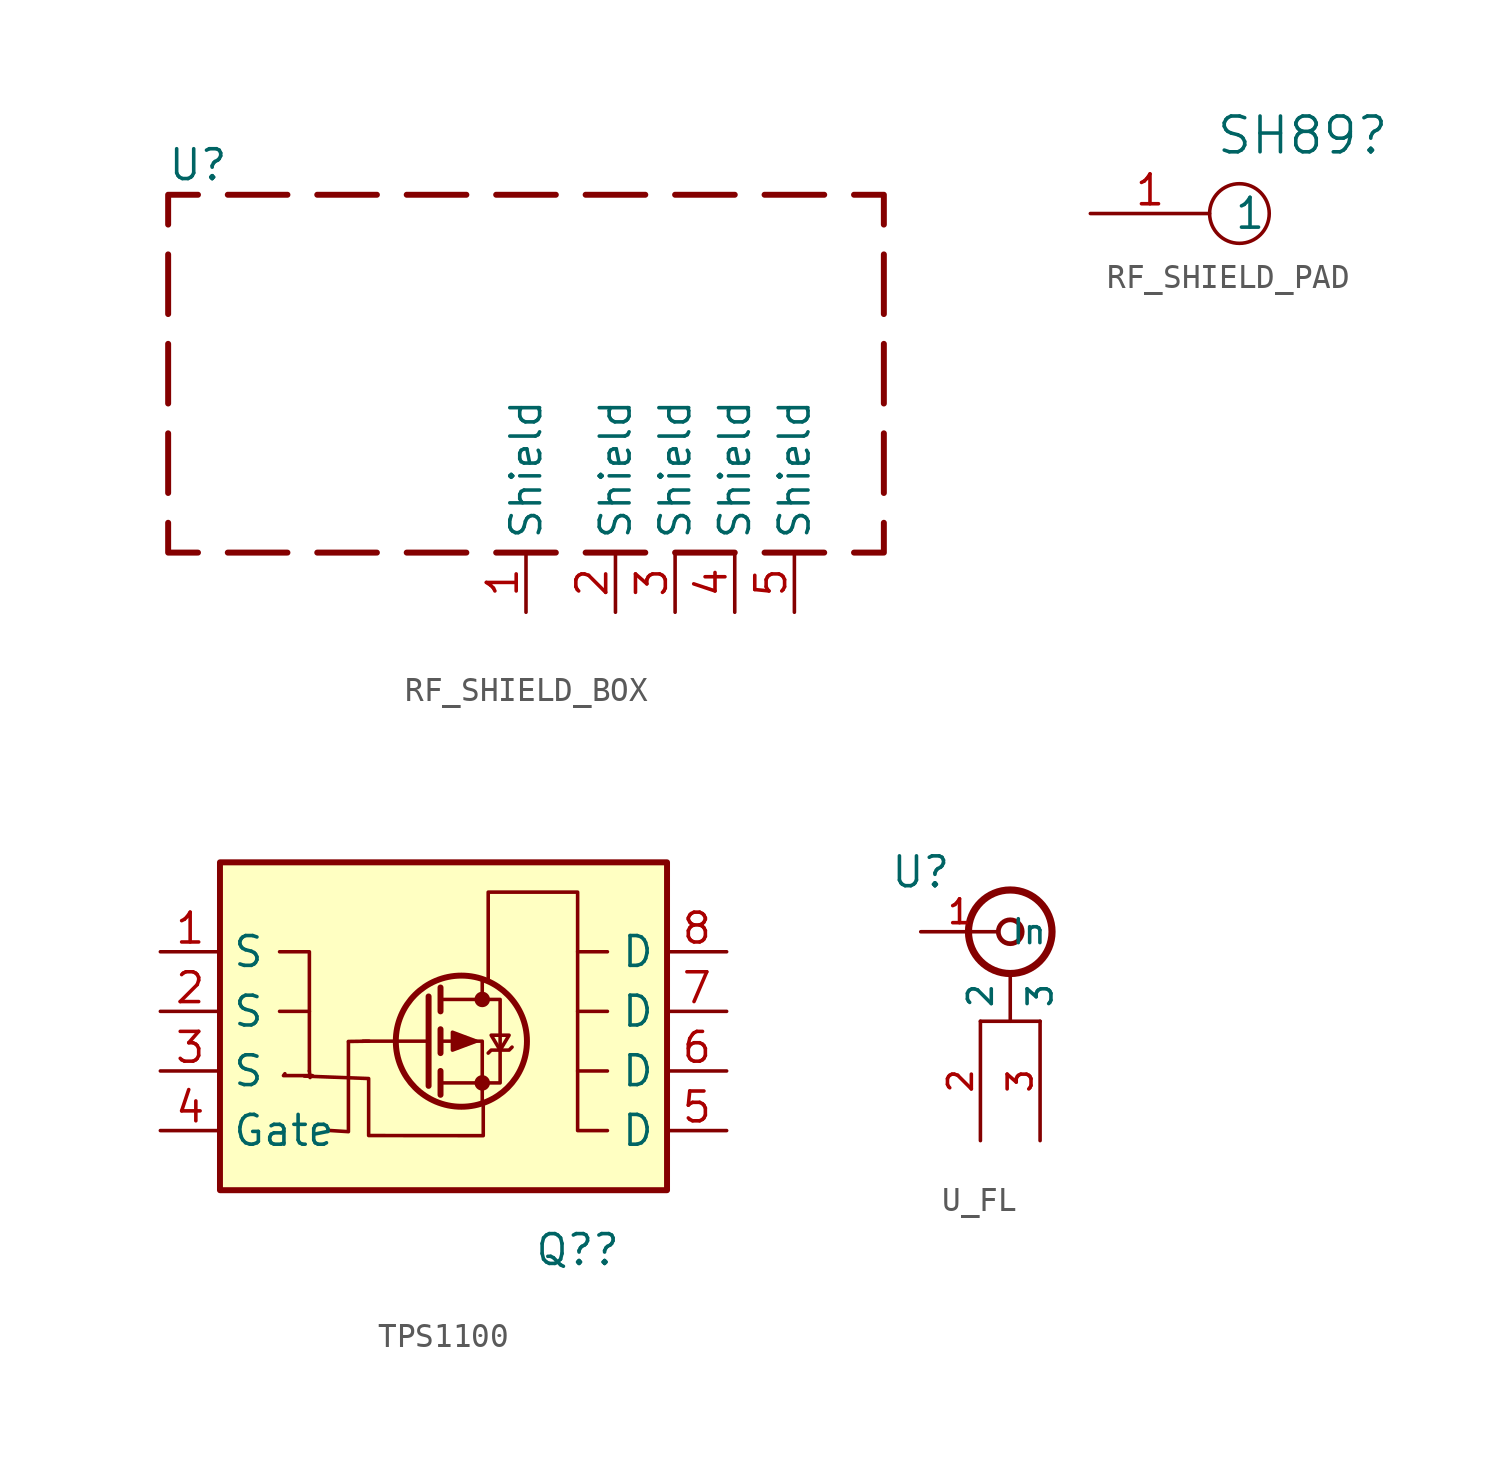
<source format=kicad_sym>
(kicad_symbol_lib
  (version 20220914)
  (generator kicad_symbol_editor)
  (symbol "RF_SHIELD_BOX"
    (property "Reference" "U"
      (at -15.24 8.89 0)
      (effects (font (size 1.27 1.27))))
    (property "Value" ""
      (at -15.24 8.89 0)
      (effects (font (size 1.27 1.27))))
    (property "ki_locked" ""
      (at 0 0 0)
      (effects (font (size 1.27 1.27))))
    (symbol "RF_SHIELD_BOX_0_1"
      (polyline (pts (xy -16.51 -5.08) (xy -16.51 -2.54)) (stroke (width 0.254) (type default)) (fill (type none)))
      (polyline (pts (xy -16.51 -1.27) (xy -16.51 1.27)) (stroke (width 0.254) (type default)) (fill (type none)))
      (polyline (pts (xy -16.51 2.54) (xy -16.51 5.08)) (stroke (width 0.254) (type default)) (fill (type none)))
      (polyline (pts (xy -13.97 7.62) (xy -11.43 7.62)) (stroke (width 0.254) (type default)) (fill (type none)))
      (polyline (pts (xy -11.43 -7.62) (xy -13.97 -7.62)) (stroke (width 0.254) (type default)) (fill (type none)))
      (polyline (pts (xy -7.62 -7.62) (xy -10.16 -7.62)) (stroke (width 0.254) (type default)) (fill (type none)))
      (polyline (pts (xy -7.62 7.62) (xy -10.16 7.62)) (stroke (width 0.254) (type default)) (fill (type none)))
      (polyline (pts (xy -3.81 -7.62) (xy -6.35 -7.62)) (stroke (width 0.254) (type default)) (fill (type none)))
      (polyline (pts (xy -3.81 7.62) (xy -6.35 7.62)) (stroke (width 0.254) (type default)) (fill (type none)))
      (polyline (pts (xy -2.54 -7.62) (xy 0 -7.62)) (stroke (width 0.254) (type default)) (fill (type none)))
      (polyline (pts (xy 0 7.62) (xy -2.54 7.62)) (stroke (width 0.254) (type default)) (fill (type none)))
      (polyline (pts (xy 1.27 -7.62) (xy 3.81 -7.62)) (stroke (width 0.254) (type default)) (fill (type none)))
      (polyline (pts (xy 3.81 7.62) (xy 1.27 7.62)) (stroke (width 0.254) (type default)) (fill (type none)))
      (polyline (pts (xy 5.08 -7.62) (xy 7.62 -7.62)) (stroke (width 0.254) (type default)) (fill (type none)))
      (polyline (pts (xy 7.62 7.62) (xy 5.08 7.62)) (stroke (width 0.254) (type default)) (fill (type none)))
      (polyline (pts (xy 8.89 -7.62) (xy 11.43 -7.62)) (stroke (width 0.254) (type default)) (fill (type none)))
      (polyline (pts (xy 11.43 7.62) (xy 8.89 7.62)) (stroke (width 0.254) (type default)) (fill (type none)))
      (polyline (pts (xy 13.97 -5.08) (xy 13.97 -2.54)) (stroke (width 0.254) (type default)) (fill (type none)))
      (polyline (pts (xy 13.97 -1.27) (xy 13.97 1.27)) (stroke (width 0.254) (type default)) (fill (type none)))
      (polyline (pts (xy 13.97 2.54) (xy 13.97 5.08)) (stroke (width 0.254) (type default)) (fill (type none)))
      (polyline (pts (xy -16.51 6.35) (xy -16.51 7.62) (xy -15.24 7.62)) (stroke (width 0.254) (type default)) (fill (type none)))
      (polyline (pts (xy -15.24 -7.62) (xy -16.51 -7.62) (xy -16.51 -6.35)) (stroke (width 0.254) (type default)) (fill (type none)))
      (polyline (pts (xy 12.7 -7.62) (xy 13.97 -7.62) (xy 13.97 -6.35)) (stroke (width 0.254) (type default)) (fill (type none)))
      (polyline (pts (xy 13.97 6.35) (xy 13.97 7.62) (xy 12.7 7.62)) (stroke (width 0.254) (type default)) (fill (type none))))
    (symbol "RF_SHIELD_BOX_1_1"
      (pin power_in line (at -1.27 -10.16 90) (length 2.54) (name "Shield" (effects (font (size 1.27 1.27)))) (number "1" (effects (font (size 1.27 1.27)))))
      (pin power_in line (at 2.54 -10.16 90) (length 2.54) (name "Shield" (effects (font (size 1.27 1.27)))) (number "2" (effects (font (size 1.27 1.27)))))
      (pin power_in line (at 5.08 -10.16 90) (length 2.54) (name "Shield" (effects (font (size 1.27 1.27)))) (number "3" (effects (font (size 1.27 1.27)))))
      (pin power_in line (at 7.62 -10.16 90) (length 2.54) (name "Shield" (effects (font (size 1.27 1.27)))) (number "4" (effects (font (size 1.27 1.27)))))
      (pin power_in line (at 10.16 -10.16 90) (length 2.54) (name "Shield" (effects (font (size 1.27 1.27)))) (number "5" (effects (font (size 1.27 1.27)))))))
  (symbol "RF_SHIELD_PAD"
    (pin_names
      (offset 1.016))
    (property "Reference" "SH89"
      (at 2.692 3.327 0)
      (effects (font (size 1.524 1.524))))
    (symbol "RF_SHIELD_PAD_0_1"
      (circle (center 0 0) (radius 1.27) (stroke (width 0) (type default)) (fill (type none))))
    (symbol "RF_SHIELD_PAD_1_1"
      (pin input line (at -6.35 0 0) (length 5.08) (name "1" (effects (font (size 1.27 1.27)))) (number "1" (effects (font (size 1.27 1.27)))))))
  (symbol "TPS1100"
    (property "Reference" "Q?"
      (at 6.35 -8.89 0)
      (effects (font (size 1.27 1.27))))
    (property "Value" ""
      (at 1.016 0 0)
      (effects (font (size 1.27 1.27))))
    (symbol "TPS1100_0_1"
      (rectangle (start -8.89 7.62) (end 10.16 -6.35) (stroke (width 0.254) (type default)) (fill (type background)))
      (polyline (pts (xy -2.54 0) (xy -3.418 -0.012)) (stroke (width 0) (type default)) (fill (type none)))
      (polyline (pts (xy 0 0) (xy -2.794 0)) (stroke (width 0) (type default)) (fill (type none)))
      (polyline (pts (xy 0 1.905) (xy 0 -1.905)) (stroke (width 0.254) (type default)) (fill (type none)))
      (polyline (pts (xy 0.508 -1.27) (xy 0.508 -2.286)) (stroke (width 0.254) (type default)) (fill (type none)))
      (polyline (pts (xy 0.508 0.508) (xy 0.508 -0.508)) (stroke (width 0.254) (type default)) (fill (type none)))
      (polyline (pts (xy 0.508 2.286) (xy 0.508 1.27)) (stroke (width 0.254) (type default)) (fill (type none)))
      (polyline (pts (xy 2.286 2.54) (xy 2.286 1.778)) (stroke (width 0) (type default)) (fill (type none)))
      (polyline (pts (xy 6.35 -1.27) (xy 7.62 -1.27)) (stroke (width 0) (type default)) (fill (type none)))
      (polyline (pts (xy 6.35 1.27) (xy 7.62 1.27)) (stroke (width 0) (type default)) (fill (type none)))
      (polyline (pts (xy 6.35 3.81) (xy 7.62 3.81)) (stroke (width 0) (type default)) (fill (type none)))
      (polyline (pts (xy -5.08 -1.27) (xy -5.08 1.27) (xy -6.35 1.27)) (stroke (width 0) (type default)) (fill (type none)))
      (polyline (pts (xy -5.08 -1.27) (xy -5.051 -1.549) (xy -5.031 -1.448)) (stroke (width 0) (type default)) (fill (type none)))
      (polyline (pts (xy -5.08 1.27) (xy -5.08 3.81) (xy -6.35 3.81)) (stroke (width 0) (type default)) (fill (type none)))
      (polyline (pts (xy -4.95 -1.468) (xy -6.184 -1.468) (xy -6.123 -1.387)) (stroke (width 0) (type default)) (fill (type none)))
      (polyline (pts (xy -3.416 -0.046) (xy -3.416 -3.856) (xy -4.242 -3.804)) (stroke (width 0) (type default)) (fill (type none)))
      (polyline (pts (xy 2.286 -2.54) (xy 2.286 0) (xy 0.508 0)) (stroke (width 0) (type default)) (fill (type none)))
      (polyline (pts (xy 0.508 1.778) (xy 3.048 1.778) (xy 3.048 -1.778) (xy 0.508 -1.778)) (stroke (width 0) (type default)) (fill (type none)))
      (polyline (pts (xy 2.032 0) (xy 1.016 0.381) (xy 1.016 -0.381) (xy 2.032 0)) (stroke (width 0) (type default)) (fill (type outline)))
      (polyline (pts (xy 2.54 -0.508) (xy 2.667 -0.381) (xy 3.429 -0.381) (xy 3.556 -0.254)) (stroke (width 0) (type default)) (fill (type none)))
      (polyline (pts (xy 3.048 -0.381) (xy 2.667 0.254) (xy 3.429 0.254) (xy 3.048 -0.381)) (stroke (width 0) (type default)) (fill (type none)))
      (polyline (pts (xy 2.329 -2.757) (xy 2.329 -4.027) (xy -2.555 -4.021) (xy -2.555 -1.592) (xy -5.292 -1.488)) (stroke (width 0) (type default)) (fill (type none)))
      (polyline (pts (xy 2.54 2.54) (xy 2.54 6.35) (xy 6.35 6.35) (xy 6.35 -3.81) (xy 7.62 -3.81)) (stroke (width 0) (type default)) (fill (type none)))
      (circle (center 1.397 0) (radius 2.794) (stroke (width 0.254) (type default)) (fill (type none)))
      (circle (center 2.286 -1.778) (radius 0.254) (stroke (width 0) (type default)) (fill (type outline)))
      (circle (center 2.286 1.778) (radius 0.254) (stroke (width 0) (type default)) (fill (type outline))))
    (symbol "TPS1100_1_1"
      (pin passive line (at -11.43 3.81 0) (length 2.54) (name "S" (effects (font (size 1.27 1.27)))) (number "1" (effects (font (size 1.27 1.27)))))
      (pin passive line (at -11.43 1.27 0) (length 2.54) (name "S" (effects (font (size 1.27 1.27)))) (number "2" (effects (font (size 1.27 1.27)))))
      (pin passive line (at -11.43 -1.27 0) (length 2.54) (name "S" (effects (font (size 1.27 1.27)))) (number "3" (effects (font (size 1.27 1.27)))))
      (pin input line (at -11.43 -3.81 0) (length 2.54) (name "Gate" (effects (font (size 1.27 1.27)))) (number "4" (effects (font (size 1.27 1.27)))))
      (pin passive line (at 12.7 -3.81 180) (length 2.54) (name "D" (effects (font (size 1.27 1.27)))) (number "5" (effects (font (size 1.27 1.27)))))
      (pin passive line (at 12.7 -1.27 180) (length 2.54) (name "D" (effects (font (size 1.27 1.27)))) (number "6" (effects (font (size 1.27 1.27)))))
      (pin passive line (at 12.7 1.27 180) (length 2.54) (name "D" (effects (font (size 1.27 1.27)))) (number "7" (effects (font (size 1.27 1.27)))))
      (pin passive line (at 12.7 3.81 180) (length 2.54) (name "D" (effects (font (size 1.27 1.27)))) (number "8" (effects (font (size 1.27 1.27)))))))
  (symbol "U_FL"
    (property "Reference" "U"
      (at -3.81 2.54 0)
      (effects (font (size 1.27 1.27))))
    (property "Value" ""
      (at 0 0 0)
      (effects (font (size 1.27 1.27))))
    (symbol "U_FL_0_1"
      (polyline (pts (xy -1.27 -3.81) (xy 1.27 -3.81)) (stroke (width 0) (type default)) (fill (type none)))
      (polyline (pts (xy 0 -3.81) (xy 0 -1.778)) (stroke (width 0) (type default)) (fill (type none)))
      (circle (center 0 0) (radius 0.508) (stroke (width 0.203) (type default)) (fill (type none)))
      (circle (center 0 0) (radius 1.778) (stroke (width 0.305) (type default)) (fill (type none))))
    (symbol "U_FL_1_1"
      (pin bidirectional line (at -3.81 0 0) (length 3.302) (name "In" (effects (font (size 1.016 1.016)))) (number "1" (effects (font (size 1.016 1.016)))))
      (pin power_in line (at -1.27 -8.89 90) (length 5.08) (name "2" (effects (font (size 1.016 1.016)))) (number "2" (effects (font (size 1.016 1.016)))))
      (pin power_in line (at 1.27 -8.89 90) (length 5.08) (name "3" (effects (font (size 1.016 1.016)))) (number "3" (effects (font (size 1.016 1.016))))))))
</source>
